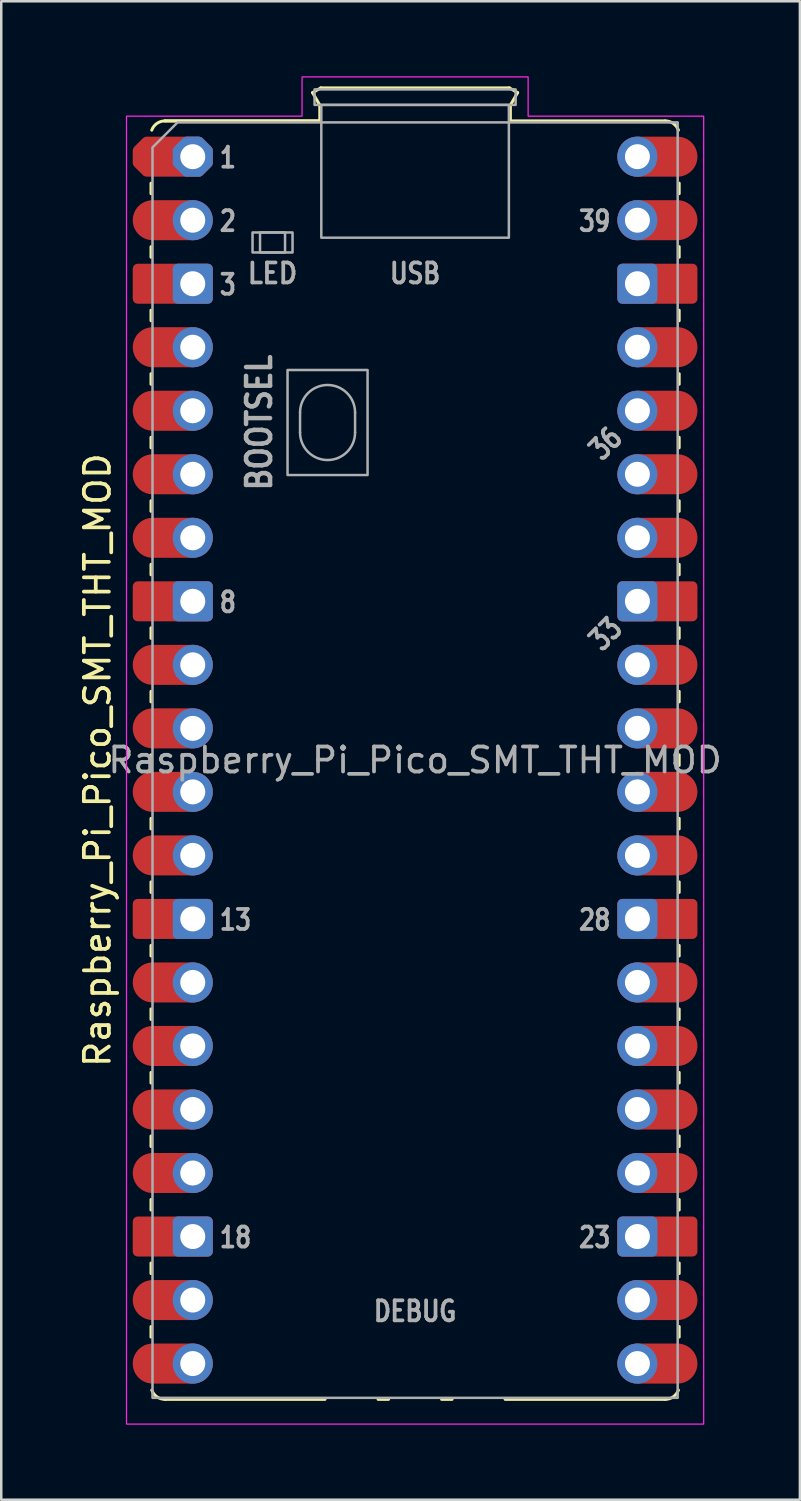
<source format=kicad_pcb>
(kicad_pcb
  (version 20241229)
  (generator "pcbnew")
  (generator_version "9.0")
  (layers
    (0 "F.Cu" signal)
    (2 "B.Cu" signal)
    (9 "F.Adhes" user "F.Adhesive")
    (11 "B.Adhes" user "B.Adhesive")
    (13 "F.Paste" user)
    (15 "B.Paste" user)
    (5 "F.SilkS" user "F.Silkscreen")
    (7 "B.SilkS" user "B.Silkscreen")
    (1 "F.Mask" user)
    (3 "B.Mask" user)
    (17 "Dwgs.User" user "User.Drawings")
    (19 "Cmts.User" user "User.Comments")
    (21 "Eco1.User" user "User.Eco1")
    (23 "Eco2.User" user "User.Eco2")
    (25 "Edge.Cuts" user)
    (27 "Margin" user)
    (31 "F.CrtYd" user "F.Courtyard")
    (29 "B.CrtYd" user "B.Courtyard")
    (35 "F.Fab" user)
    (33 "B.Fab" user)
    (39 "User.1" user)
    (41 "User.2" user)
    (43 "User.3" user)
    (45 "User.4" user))
  (footprint "Raspberry_Pi_Pico_SMT_THT_MOD"
    (layer "F.Cu")
    (at 4.658 3.215)
    (property "Reference" "Raspberry_Pi_Pico_SMT_THT_MOD" (at -3.81 24.13 270) (layer "F.SilkS") (effects (font (size 1 1) (thickness 0.15))))
    (attr through_hole)
    (fp_line (start -1.67 1.06) (end -1.67 1.48) (stroke (width 0.12) (type solid)) (layer "F.SilkS"))
    (fp_line (start -1.67 3.6) (end -1.67 4.02) (stroke (width 0.12) (type solid)) (layer "F.SilkS"))
    (fp_line (start -1.67 6.14) (end -1.67 6.56) (stroke (width 0.12) (type solid)) (layer "F.SilkS"))
    (fp_line (start -1.67 8.68) (end -1.67 9.1) (stroke (width 0.12) (type solid)) (layer "F.SilkS"))
    (fp_line (start -1.67 11.22) (end -1.67 11.64) (stroke (width 0.12) (type solid)) (layer "F.SilkS"))
    (fp_line (start -1.67 13.76) (end -1.67 14.18) (stroke (width 0.12) (type solid)) (layer "F.SilkS"))
    (fp_line (start -1.67 16.3) (end -1.67 16.72) (stroke (width 0.12) (type solid)) (layer "F.SilkS"))
    (fp_line (start -1.67 18.84) (end -1.67 19.26) (stroke (width 0.12) (type solid)) (layer "F.SilkS"))
    (fp_line (start -1.67 21.38) (end -1.67 21.8) (stroke (width 0.12) (type solid)) (layer "F.SilkS"))
    (fp_line (start -1.67 23.92) (end -1.67 24.34) (stroke (width 0.12) (type solid)) (layer "F.SilkS"))
    (fp_line (start -1.67 26.46) (end -1.67 26.88) (stroke (width 0.12) (type solid)) (layer "F.SilkS"))
    (fp_line (start -1.67 29) (end -1.67 29.42) (stroke (width 0.12) (type solid)) (layer "F.SilkS"))
    (fp_line (start -1.67 31.54) (end -1.67 31.96) (stroke (width 0.12) (type solid)) (layer "F.SilkS"))
    (fp_line (start -1.67 34.08) (end -1.67 34.5) (stroke (width 0.12) (type solid)) (layer "F.SilkS"))
    (fp_line (start -1.67 36.62) (end -1.67 37.04) (stroke (width 0.12) (type solid)) (layer "F.SilkS"))
    (fp_line (start -1.67 39.16) (end -1.67 39.58) (stroke (width 0.12) (type solid)) (layer "F.SilkS"))
    (fp_line (start -1.67 41.7) (end -1.67 42.12) (stroke (width 0.12) (type solid)) (layer "F.SilkS"))
    (fp_line (start -1.67 44.24) (end -1.67 44.66) (stroke (width 0.12) (type solid)) (layer "F.SilkS"))
    (fp_line (start -1.67 46.78) (end -1.67 47.2) (stroke (width 0.12) (type solid)) (layer "F.SilkS"))
    (fp_line (start -1.11 -1.43) (end 5.08 -1.43) (stroke (width 0.12) (type solid)) (layer "F.SilkS"))
    (fp_line (start -1.11 49.69) (end 5.29 49.69) (stroke (width 0.12) (type solid)) (layer "F.SilkS"))
    (fp_line (start 4.79 -2.56) (end 5.12 -2.75) (stroke (width 0.12) (type solid)) (layer "F.SilkS"))
    (fp_line (start 5.08 -2.06) (end 4.79 -2.56) (stroke (width 0.12) (type solid)) (layer "F.SilkS"))
    (fp_line (start 5.08 -1.43) (end -1.11 -1.43) (stroke (width 0.12) (type solid)) (layer "F.SilkS"))
    (fp_line (start 5.08 -1.43) (end 5.08 -2.06) (stroke (width 0.12) (type solid)) (layer "F.SilkS"))
    (fp_line (start 5.12 -2.75) (end 12.66 -2.75) (stroke (width 0.12) (type solid)) (layer "F.SilkS"))
    (fp_line (start 7.41 49.69) (end 7.83 49.69) (stroke (width 0.12) (type solid)) (layer "F.SilkS"))
    (fp_line (start 9.95 49.69) (end 10.37 49.69) (stroke (width 0.12) (type solid)) (layer "F.SilkS"))
    (fp_line (start 12.49 49.69) (end 18.89 49.69) (stroke (width 0.12) (type solid)) (layer "F.SilkS"))
    (fp_line (start 12.66 -2.75) (end 12.99 -2.56) (stroke (width 0.12) (type solid)) (layer "F.SilkS"))
    (fp_line (start 12.7 -2.06) (end 12.7 -1.43) (stroke (width 0.12) (type solid)) (layer "F.SilkS"))
    (fp_line (start 12.99 -2.56) (end 12.7 -2.06) (stroke (width 0.12) (type solid)) (layer "F.SilkS"))
    (fp_line (start 18.89 -1.43) (end 12.7 -1.43) (stroke (width 0.12) (type solid)) (layer "F.SilkS"))
    (fp_line (start 19.45 1.06) (end 19.45 1.48) (stroke (width 0.12) (type solid)) (layer "F.SilkS"))
    (fp_line (start 19.45 3.6) (end 19.45 4.02) (stroke (width 0.12) (type solid)) (layer "F.SilkS"))
    (fp_line (start 19.45 6.14) (end 19.45 6.56) (stroke (width 0.12) (type solid)) (layer "F.SilkS"))
    (fp_line (start 19.45 8.68) (end 19.45 9.1) (stroke (width 0.12) (type solid)) (layer "F.SilkS"))
    (fp_line (start 19.45 11.22) (end 19.45 11.64) (stroke (width 0.12) (type solid)) (layer "F.SilkS"))
    (fp_line (start 19.45 13.76) (end 19.45 14.18) (stroke (width 0.12) (type solid)) (layer "F.SilkS"))
    (fp_line (start 19.45 16.3) (end 19.45 16.72) (stroke (width 0.12) (type solid)) (layer "F.SilkS"))
    (fp_line (start 19.45 18.84) (end 19.45 19.26) (stroke (width 0.12) (type solid)) (layer "F.SilkS"))
    (fp_line (start 19.45 21.38) (end 19.45 21.8) (stroke (width 0.12) (type solid)) (layer "F.SilkS"))
    (fp_line (start 19.45 23.92) (end 19.45 24.34) (stroke (width 0.12) (type solid)) (layer "F.SilkS"))
    (fp_line (start 19.45 26.46) (end 19.45 26.88) (stroke (width 0.12) (type solid)) (layer "F.SilkS"))
    (fp_line (start 19.45 29) (end 19.45 29.42) (stroke (width 0.12) (type solid)) (layer "F.SilkS"))
    (fp_line (start 19.45 31.54) (end 19.45 31.96) (stroke (width 0.12) (type solid)) (layer "F.SilkS"))
    (fp_line (start 19.45 34.08) (end 19.45 34.5) (stroke (width 0.12) (type solid)) (layer "F.SilkS"))
    (fp_line (start 19.45 36.62) (end 19.45 37.04) (stroke (width 0.12) (type solid)) (layer "F.SilkS"))
    (fp_line (start 19.45 39.16) (end 19.45 39.58) (stroke (width 0.12) (type solid)) (layer "F.SilkS"))
    (fp_line (start 19.45 41.7) (end 19.45 42.12) (stroke (width 0.12) (type solid)) (layer "F.SilkS"))
    (fp_line (start 19.45 44.24) (end 19.45 44.66) (stroke (width 0.12) (type solid)) (layer "F.SilkS"))
    (fp_line (start 19.45 46.78) (end 19.45 47.2) (stroke (width 0.12) (type solid)) (layer "F.SilkS"))
    (fp_arc (start -1.64 -1.06) (mid -1.433508 -1.328808) (end -1.11 -1.43) (stroke (width 0.12) (type solid)) (layer "F.SilkS"))
    (fp_arc (start -1.11 49.69) (mid -1.433508 49.588809) (end -1.64 49.32) (stroke (width 0.12) (type solid)) (layer "F.SilkS"))
    (fp_arc (start 18.89 -1.43) (mid 19.213508 -1.328809) (end 19.42 -1.06) (stroke (width 0.12) (type solid)) (layer "F.SilkS"))
    (fp_arc (start 19.42 49.32) (mid 19.213508 49.588808) (end 18.89 49.69) (stroke (width 0.12) (type solid)) (layer "F.SilkS"))
    (fp_poly (pts (xy 13.41 -1.62) (xy 20.43 -1.62) (xy 20.43 50.68) (xy -2.65 50.68) (xy -2.65 -1.62) (xy 4.37 -1.62) (xy 4.37 -3.19) (xy 13.41 -3.19)) (stroke (width 0.05) (type solid)) (fill no) (layer "F.CrtYd"))
    (fp_line (start 4.29 10.23) (end 4.29 11.03) (stroke (width 0.1) (type solid)) (layer "F.Fab"))
    (fp_line (start 6.49 10.23) (end 6.49 11.03) (stroke (width 0.1) (type solid)) (layer "F.Fab"))
    (fp_rect (start 2.39 3.03) (end 3.99 3.83) (stroke (width 0.1) (type solid)) (fill no) (layer "F.Fab"))
    (fp_rect (start 2.69 3.03) (end 3.69 3.83) (stroke (width 0.1) (type solid)) (fill no) (layer "F.Fab"))
    (fp_rect (start 3.79 8.53) (end 6.99 12.73) (stroke (width 0.1) (type solid)) (fill no) (layer "F.Fab"))
    (fp_rect (start 4.87 -2.69) (end 12.91 -2.07) (stroke (width 0.1) (type solid)) (fill no) (layer "F.Fab"))
    (fp_rect (start 5.14 -2.07) (end 12.64 3.24) (stroke (width 0.1) (type solid)) (fill no) (layer "F.Fab"))
    (fp_arc (start 4.29 10.23) (mid 5.39 9.13) (end 6.49 10.23) (stroke (width 0.1) (type solid)) (layer "F.Fab"))
    (fp_arc (start 6.49 11.03) (mid 5.39 12.13) (end 4.29 11.03) (stroke (width 0.1) (type solid)) (layer "F.Fab"))
    (fp_poly (pts (xy 19.39 49.63) (xy -1.61 49.63) (xy -1.61 -0.37) (xy -0.61 -1.37) (xy 19.39 -1.37)) (stroke (width 0.1) (type solid)) (fill no) (layer "F.Fab"))
    (fp_text user "${REFERENCE}" (at 8.89 24.13 0) (unlocked yes) (layer "F.Fab") (effects (font (size 1 1) (thickness 0.15))))
    (fp_text user "DEBUG" (at 8.89 46.168 0) (unlocked yes) (layer "F.Fab") (effects (font (size 0.8 0.66) (thickness 0.15))))
    (fp_text user "BOOTSEL" (at 2.656 10.63 90) (unlocked yes) (layer "F.Fab") (effects (font (size 0.96 0.825) (thickness 0.18))))
    (fp_text user "36" (at 16.51 11.468 45) (unlocked yes) (layer "F.Fab") (effects (font (size 0.8 0.64) (thickness 0.15))))
    (fp_text user "33" (at 16.51 19.088 45) (unlocked yes) (layer "F.Fab") (effects (font (size 0.8 0.64) (thickness 0.15))))
    (fp_text user "23" (at 16.78 43.218 0) (unlocked yes) (layer "F.Fab") (effects (font (size 0.8 0.64) (thickness 0.15)) (justify right)))
    (fp_text user "28" (at 16.78 30.518 0) (unlocked yes) (layer "F.Fab") (effects (font (size 0.8 0.64) (thickness 0.15)) (justify right)))
    (fp_text user "39" (at 16.78 2.578 0) (unlocked yes) (layer "F.Fab") (effects (font (size 0.8 0.64) (thickness 0.15)) (justify right)))
    (fp_text user "3" (at 1 5.118 0) (unlocked yes) (layer "F.Fab") (effects (font (size 0.8 0.64) (thickness 0.15)) (justify left)))
    (fp_text user "8" (at 1 17.818 0) (unlocked yes) (layer "F.Fab") (effects (font (size 0.8 0.64) (thickness 0.15)) (justify left)))
    (fp_text user "USB" (at 8.89 4.668 0) (unlocked yes) (layer "F.Fab") (effects (font (size 0.8 0.66) (thickness 0.15))))
    (fp_text user "13" (at 1 30.518 0) (unlocked yes) (layer "F.Fab") (effects (font (size 0.8 0.64) (thickness 0.15)) (justify left)))
    (fp_text user "1" (at 1 0.038 0) (unlocked yes) (layer "F.Fab") (effects (font (size 0.8 0.64) (thickness 0.15)) (justify left)))
    (fp_text user "2" (at 1 2.578 0) (unlocked yes) (layer "F.Fab") (effects (font (size 0.8 0.64) (thickness 0.15)) (justify left)))
    (fp_text user "18" (at 1 43.218 0) (unlocked yes) (layer "F.Fab") (effects (font (size 0.8 0.64) (thickness 0.15)) (justify left)))
    (fp_text user "LED" (at 3.19 4.668 0) (unlocked yes) (layer "F.Fab") (effects (font (size 0.8 0.72) (thickness 0.15))))
    (pad "1" smd custom (at -1.6 0) (size 1.6 1.6) (layers "F.Cu" "F.Mask") (options (anchor circle)) (primitives (gr_poly (pts (xy 2.2 0.249) (xy 1.849 0.6) (xy -0.249 0.6) (xy -0.6 0.249) (xy -0.6 -0.249) (xy -0.249 -0.6) (xy 1.849 -0.6) (xy 2.2 -0.249)) (width 0.4) (fill yes))))
    (pad "1" thru_hole custom (at 0 0) (size 1.6 1.6) (drill 1) (layers "*.Cu" "*.Mask") (options (anchor circle)) (primitives (gr_poly (pts (xy 0.6 0.249) (xy 0.249 0.6) (xy -0.249 0.6) (xy -0.6 0.249) (xy -0.6 -0.249) (xy -0.249 -0.6) (xy 0.249 -0.6) (xy 0.6 -0.249)) (width 0.4) (fill yes))))
    (pad "2" smd oval (at -1.6 2.54) (size 3.2 1.6) (drill (offset 0.8 0)) (layers "F.Cu" "F.Mask"))
    (pad "2" thru_hole circle (at 0 2.54) (size 1.6 1.6) (drill 1) (layers "*.Cu" "*.Mask"))
    (pad "3" smd roundrect (at -1.6 5.08) (size 3.2 1.6) (drill (offset 0.8 0)) (layers "F.Cu" "F.Mask") (roundrect_rratio 0.125))
    (pad "3" thru_hole roundrect (at 0 5.08) (size 1.6 1.6) (drill 1) (layers "*.Cu" "*.Mask") (roundrect_rratio 0.125))
    (pad "4" smd oval (at -1.6 7.62) (size 3.2 1.6) (drill (offset 0.8 0)) (layers "F.Cu" "F.Mask"))
    (pad "4" thru_hole circle (at 0 7.62) (size 1.6 1.6) (drill 1) (layers "*.Cu" "*.Mask"))
    (pad "5" smd oval (at -1.6 10.16) (size 3.2 1.6) (drill (offset 0.8 0)) (layers "F.Cu" "F.Mask"))
    (pad "5" thru_hole circle (at 0 10.16) (size 1.6 1.6) (drill 1) (layers "*.Cu" "*.Mask"))
    (pad "6" smd oval (at -1.6 12.7) (size 3.2 1.6) (drill (offset 0.8 0)) (layers "F.Cu" "F.Mask"))
    (pad "6" thru_hole circle (at 0 12.7) (size 1.6 1.6) (drill 1) (layers "*.Cu" "*.Mask"))
    (pad "7" smd oval (at -1.6 15.24) (size 3.2 1.6) (drill (offset 0.8 0)) (layers "F.Cu" "F.Mask"))
    (pad "7" thru_hole circle (at 0 15.24) (size 1.6 1.6) (drill 1) (layers "*.Cu" "*.Mask"))
    (pad "8" smd roundrect (at -1.6 17.78) (size 3.2 1.6) (drill (offset 0.8 0)) (layers "F.Cu" "F.Mask") (roundrect_rratio 0.125))
    (pad "8" thru_hole roundrect (at 0 17.78) (size 1.6 1.6) (drill 1) (layers "*.Cu" "*.Mask") (roundrect_rratio 0.125))
    (pad "9" smd oval (at -1.6 20.32) (size 3.2 1.6) (drill (offset 0.8 0)) (layers "F.Cu" "F.Mask"))
    (pad "9" thru_hole circle (at 0 20.32) (size 1.6 1.6) (drill 1) (layers "*.Cu" "*.Mask"))
    (pad "10" smd oval (at -1.6 22.86) (size 3.2 1.6) (drill (offset 0.8 0)) (layers "F.Cu" "F.Mask"))
    (pad "10" thru_hole circle (at 0 22.86) (size 1.6 1.6) (drill 1) (layers "*.Cu" "*.Mask"))
    (pad "11" smd oval (at -1.6 25.4) (size 3.2 1.6) (drill (offset 0.8 0)) (layers "F.Cu" "F.Mask"))
    (pad "11" thru_hole circle (at 0 25.4) (size 1.6 1.6) (drill 1) (layers "*.Cu" "*.Mask"))
    (pad "12" smd oval (at -1.6 27.94) (size 3.2 1.6) (drill (offset 0.8 0)) (layers "F.Cu" "F.Mask"))
    (pad "12" thru_hole circle (at 0 27.94) (size 1.6 1.6) (drill 1) (layers "*.Cu" "*.Mask"))
    (pad "13" smd roundrect (at -1.6 30.48) (size 3.2 1.6) (drill (offset 0.8 0)) (layers "F.Cu" "F.Mask") (roundrect_rratio 0.125))
    (pad "13" thru_hole roundrect (at 0 30.48) (size 1.6 1.6) (drill 1) (layers "*.Cu" "*.Mask") (roundrect_rratio 0.125))
    (pad "14" smd oval (at -1.6 33.02) (size 3.2 1.6) (drill (offset 0.8 0)) (layers "F.Cu" "F.Mask"))
    (pad "14" thru_hole circle (at 0 33.02) (size 1.6 1.6) (drill 1) (layers "*.Cu" "*.Mask"))
    (pad "15" smd oval (at -1.6 35.56) (size 3.2 1.6) (drill (offset 0.8 0)) (layers "F.Cu" "F.Mask"))
    (pad "15" thru_hole circle (at 0 35.56) (size 1.6 1.6) (drill 1) (layers "*.Cu" "*.Mask"))
    (pad "16" smd oval (at -1.6 38.1) (size 3.2 1.6) (drill (offset 0.8 0)) (layers "F.Cu" "F.Mask"))
    (pad "16" thru_hole circle (at 0 38.1) (size 1.6 1.6) (drill 1) (layers "*.Cu" "*.Mask"))
    (pad "17" smd oval (at -1.6 40.64) (size 3.2 1.6) (drill (offset 0.8 0)) (layers "F.Cu" "F.Mask"))
    (pad "17" thru_hole circle (at 0 40.64) (size 1.6 1.6) (drill 1) (layers "*.Cu" "*.Mask"))
    (pad "18" smd roundrect (at -1.6 43.18) (size 3.2 1.6) (drill (offset 0.8 0)) (layers "F.Cu" "F.Mask") (roundrect_rratio 0.125))
    (pad "18" thru_hole roundrect (at 0 43.18) (size 1.6 1.6) (drill 1) (layers "*.Cu" "*.Mask") (roundrect_rratio 0.125))
    (pad "19" smd oval (at -1.6 45.72) (size 3.2 1.6) (drill (offset 0.8 0)) (layers "F.Cu" "F.Mask"))
    (pad "19" thru_hole circle (at 0 45.72) (size 1.6 1.6) (drill 1) (layers "*.Cu" "*.Mask"))
    (pad "20" smd oval (at -1.6 48.26) (size 3.2 1.6) (drill (offset 0.8 0)) (layers "F.Cu" "F.Mask"))
    (pad "20" thru_hole circle (at 0 48.26) (size 1.6 1.6) (drill 1) (layers "*.Cu" "*.Mask"))
    (pad "21" thru_hole circle (at 17.78 48.26) (size 1.6 1.6) (drill 1) (layers "*.Cu" "*.Mask"))
    (pad "21" smd oval (at 19.38 48.26) (size 3.2 1.6) (drill (offset -0.8 0)) (layers "F.Cu" "F.Mask"))
    (pad "22" thru_hole circle (at 17.78 45.72) (size 1.6 1.6) (drill 1) (layers "*.Cu" "*.Mask"))
    (pad "22" smd oval (at 19.38 45.72) (size 3.2 1.6) (drill (offset -0.8 0)) (layers "F.Cu" "F.Mask"))
    (pad "23" thru_hole roundrect (at 17.78 43.18) (size 1.6 1.6) (drill 1) (layers "*.Cu" "*.Mask") (roundrect_rratio 0.125))
    (pad "23" smd roundrect (at 19.38 43.18) (size 3.2 1.6) (drill (offset -0.8 0)) (layers "F.Cu" "F.Mask") (roundrect_rratio 0.125))
    (pad "24" thru_hole circle (at 17.78 40.64) (size 1.6 1.6) (drill 1) (layers "*.Cu" "*.Mask"))
    (pad "24" smd oval (at 19.38 40.64) (size 3.2 1.6) (drill (offset -0.8 0)) (layers "F.Cu" "F.Mask"))
    (pad "25" thru_hole circle (at 17.78 38.1) (size 1.6 1.6) (drill 1) (layers "*.Cu" "*.Mask"))
    (pad "25" smd oval (at 19.38 38.1) (size 3.2 1.6) (drill (offset -0.8 0)) (layers "F.Cu" "F.Mask"))
    (pad "26" thru_hole circle (at 17.78 35.56) (size 1.6 1.6) (drill 1) (layers "*.Cu" "*.Mask"))
    (pad "26" smd oval (at 19.38 35.56) (size 3.2 1.6) (drill (offset -0.8 0)) (layers "F.Cu" "F.Mask"))
    (pad "27" thru_hole circle (at 17.78 33.02) (size 1.6 1.6) (drill 1) (layers "*.Cu" "*.Mask"))
    (pad "27" smd oval (at 19.38 33.02) (size 3.2 1.6) (drill (offset -0.8 0)) (layers "F.Cu" "F.Mask"))
    (pad "28" thru_hole roundrect (at 17.78 30.48) (size 1.6 1.6) (drill 1) (layers "*.Cu" "*.Mask") (roundrect_rratio 0.125))
    (pad "28" smd roundrect (at 19.38 30.48) (size 3.2 1.6) (drill (offset -0.8 0)) (layers "F.Cu" "F.Mask") (roundrect_rratio 0.125))
    (pad "29" thru_hole circle (at 17.78 27.94) (size 1.6 1.6) (drill 1) (layers "*.Cu" "*.Mask"))
    (pad "29" smd oval (at 19.38 27.94) (size 3.2 1.6) (drill (offset -0.8 0)) (layers "F.Cu" "F.Mask"))
    (pad "30" thru_hole circle (at 17.78 25.4) (size 1.6 1.6) (drill 1) (layers "*.Cu" "*.Mask"))
    (pad "30" smd oval (at 19.38 25.4) (size 3.2 1.6) (drill (offset -0.8 0)) (layers "F.Cu" "F.Mask"))
    (pad "31" thru_hole circle (at 17.78 22.86) (size 1.6 1.6) (drill 1) (layers "*.Cu" "*.Mask"))
    (pad "31" smd oval (at 19.38 22.86) (size 3.2 1.6) (drill (offset -0.8 0)) (layers "F.Cu" "F.Mask"))
    (pad "32" thru_hole circle (at 17.78 20.32) (size 1.6 1.6) (drill 1) (layers "*.Cu" "*.Mask"))
    (pad "32" smd oval (at 19.38 20.32) (size 3.2 1.6) (drill (offset -0.8 0)) (layers "F.Cu" "F.Mask"))
    (pad "33" thru_hole roundrect (at 17.78 17.78) (size 1.6 1.6) (drill 1) (layers "*.Cu" "*.Mask") (roundrect_rratio 0.125))
    (pad "33" smd roundrect (at 19.38 17.78) (size 3.2 1.6) (drill (offset -0.8 0)) (layers "F.Cu" "F.Mask") (roundrect_rratio 0.125))
    (pad "34" thru_hole circle (at 17.78 15.24) (size 1.6 1.6) (drill 1) (layers "*.Cu" "*.Mask"))
    (pad "34" smd oval (at 19.38 15.24) (size 3.2 1.6) (drill (offset -0.8 0)) (layers "F.Cu" "F.Mask"))
    (pad "35" thru_hole circle (at 17.78 12.7) (size 1.6 1.6) (drill 1) (layers "*.Cu" "*.Mask"))
    (pad "35" smd oval (at 19.38 12.7) (size 3.2 1.6) (drill (offset -0.8 0)) (layers "F.Cu" "F.Mask"))
    (pad "36" thru_hole circle (at 17.78 10.16) (size 1.6 1.6) (drill 1) (layers "*.Cu" "*.Mask"))
    (pad "36" smd oval (at 19.38 10.16) (size 3.2 1.6) (drill (offset -0.8 0)) (layers "F.Cu" "F.Mask"))
    (pad "37" thru_hole circle (at 17.78 7.62) (size 1.6 1.6) (drill 1) (layers "*.Cu" "*.Mask"))
    (pad "37" smd oval (at 19.38 7.62) (size 3.2 1.6) (drill (offset -0.8 0)) (layers "F.Cu" "F.Mask"))
    (pad "38" thru_hole roundrect (at 17.78 5.08) (size 1.6 1.6) (drill 1) (layers "*.Cu" "*.Mask") (roundrect_rratio 0.125))
    (pad "38" smd roundrect (at 19.38 5.08) (size 3.2 1.6) (drill (offset -0.8 0)) (layers "F.Cu" "F.Mask") (roundrect_rratio 0.125))
    (pad "39" thru_hole circle (at 17.78 2.54) (size 1.6 1.6) (drill 1) (layers "*.Cu" "*.Mask"))
    (pad "39" smd oval (at 19.38 2.54) (size 3.2 1.6) (drill (offset -0.8 0)) (layers "F.Cu" "F.Mask"))
    (pad "40" thru_hole circle (at 17.78 0) (size 1.6 1.6) (drill 1) (layers "*.Cu" "*.Mask"))
    (pad "40" smd oval (at 19.38 0) (size 3.2 1.6) (drill (offset -0.8 0)) (layers "F.Cu" "F.Mask"))
    (zone (net_name "") (layer "F.Cu") (name "Test Point Keepout") (hatch full 0.508) (connect_pads) (min_thickness 0.254) (filled_areas_thickness no) (keepout (tracks not_allowed) (vias not_allowed) (pads allowed) (copperpour not_allowed) (footprints allowed)) (placement (enabled no)) (fill) (polygon (pts (xy 12.098 10.895) (xy 9.998 10.895) (xy 9.998 8.795) (xy 12.098 8.795))))
    (zone (net_name "") (layer "F.Cu") (name "Test Point Keepout") (hatch full 0.508) (connect_pads) (min_thickness 0.254) (filled_areas_thickness no) (keepout (tracks not_allowed) (vias not_allowed) (pads allowed) (copperpour not_allowed) (footprints allowed)) (placement (enabled no)) (fill) (polygon (pts (xy 12.098 13.395) (xy 9.998 13.395) (xy 9.998 11.295) (xy 12.098 11.295))))
    (zone (net_name "") (layer "F.Cu") (name "Test Point Keepout") (hatch full 0.508) (connect_pads) (min_thickness 0.254) (filled_areas_thickness no) (keepout (tracks not_allowed) (vias not_allowed) (pads allowed) (copperpour not_allowed) (footprints allowed)) (placement (enabled no)) (fill) (polygon (pts (xy 12.098 15.895) (xy 9.998 15.895) (xy 9.998 13.795) (xy 12.098 13.795))))
    (zone (net_name "") (layer "F.Cu") (name "Test Point Keepout") (hatch full 0.508) (connect_pads) (min_thickness 0.254) (filled_areas_thickness no) (keepout (tracks not_allowed) (vias not_allowed) (pads allowed) (copperpour not_allowed) (footprints allowed)) (placement (enabled no)) (fill) (polygon (pts (xy 14.598 7.395) (xy 12.498 7.395) (xy 12.498 5.295) (xy 14.598 5.295))))
    (zone (net_name "") (layer "F.Cu") (name "Test Point Keepout") (hatch full 0.508) (connect_pads) (min_thickness 0.254) (filled_areas_thickness no) (keepout (tracks not_allowed) (vias not_allowed) (pads allowed) (copperpour not_allowed) (footprints allowed)) (placement (enabled no)) (fill) (polygon (pts (xy 15.598 4.095) (xy 11.498 4.095) (xy 11.498 1.995) (xy 15.598 1.995)))))
  (gr_rect
    (start -3 -3)
    (end 28.935 56.92)
    (stroke (width 0.1) (type default))
    (fill no)
    (layer "Edge.Cuts")))
</source>
